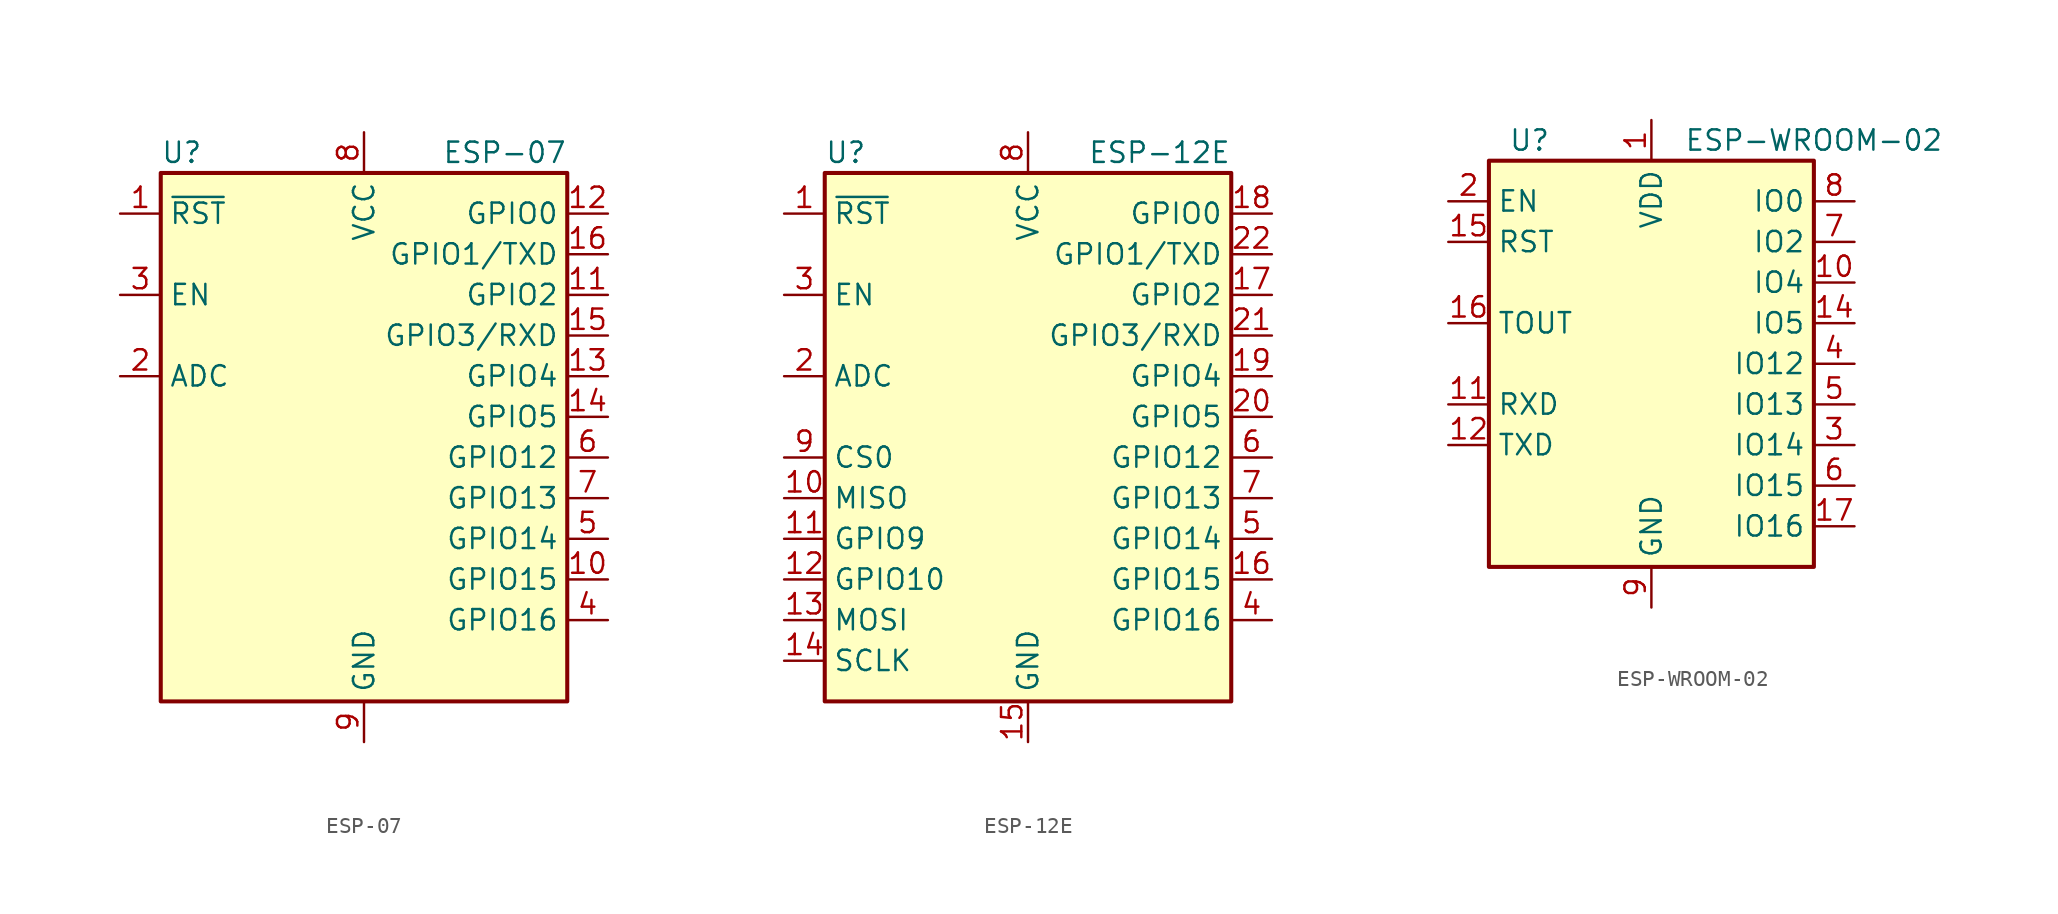
<source format=kicad_sym>
(kicad_symbol_lib
  (version 20201005)
  (generator kicad_symbol_editor)
  (symbol "RF_Module:ESP-07"
    (property "Reference" "U"
      (at -12.7 19.05 0)
      (effects (font (size 1.27 1.27)) (justify left)))
    (property "Value" "ESP-07"
      (at 12.7 19.05 0)
      (effects (font (size 1.27 1.27)) (justify right)))
    (symbol "ESP-07_0_1"
      (rectangle (start -12.7 17.78) (end 12.7 -15.24) (stroke (width 0.254)) (fill (type background))))
    (symbol "ESP-07_1_1"
      (pin input line (at -15.24 15.24 0) (length 2.54) (name "~RST" (effects (font (size 1.27 1.27)))) (number "1" (effects (font (size 1.27 1.27)))))
      (pin bidirectional line (at 15.24 -7.62 180) (length 2.54) (name "GPIO15" (effects (font (size 1.27 1.27)))) (number "10" (effects (font (size 1.27 1.27)))))
      (pin bidirectional line (at 15.24 10.16 180) (length 2.54) (name "GPIO2" (effects (font (size 1.27 1.27)))) (number "11" (effects (font (size 1.27 1.27)))))
      (pin bidirectional line (at 15.24 15.24 180) (length 2.54) (name "GPIO0" (effects (font (size 1.27 1.27)))) (number "12" (effects (font (size 1.27 1.27)))))
      (pin bidirectional line (at 15.24 5.08 180) (length 2.54) (name "GPIO4" (effects (font (size 1.27 1.27)))) (number "13" (effects (font (size 1.27 1.27)))))
      (pin bidirectional line (at 15.24 2.54 180) (length 2.54) (name "GPIO5" (effects (font (size 1.27 1.27)))) (number "14" (effects (font (size 1.27 1.27)))))
      (pin bidirectional line (at 15.24 7.62 180) (length 2.54) (name "GPIO3/RXD" (effects (font (size 1.27 1.27)))) (number "15" (effects (font (size 1.27 1.27)))))
      (pin bidirectional line (at 15.24 12.7 180) (length 2.54) (name "GPIO1/TXD" (effects (font (size 1.27 1.27)))) (number "16" (effects (font (size 1.27 1.27)))))
      (pin input line (at -15.24 5.08 0) (length 2.54) (name "ADC" (effects (font (size 1.27 1.27)))) (number "2" (effects (font (size 1.27 1.27)))))
      (pin input line (at -15.24 10.16 0) (length 2.54) (name "EN" (effects (font (size 1.27 1.27)))) (number "3" (effects (font (size 1.27 1.27)))))
      (pin bidirectional line (at 15.24 -10.16 180) (length 2.54) (name "GPIO16" (effects (font (size 1.27 1.27)))) (number "4" (effects (font (size 1.27 1.27)))))
      (pin bidirectional line (at 15.24 -5.08 180) (length 2.54) (name "GPIO14" (effects (font (size 1.27 1.27)))) (number "5" (effects (font (size 1.27 1.27)))))
      (pin bidirectional line (at 15.24 0 180) (length 2.54) (name "GPIO12" (effects (font (size 1.27 1.27)))) (number "6" (effects (font (size 1.27 1.27)))))
      (pin bidirectional line (at 15.24 -2.54 180) (length 2.54) (name "GPIO13" (effects (font (size 1.27 1.27)))) (number "7" (effects (font (size 1.27 1.27)))))
      (pin power_in line (at 0 20.32 270) (length 2.54) (name "VCC" (effects (font (size 1.27 1.27)))) (number "8" (effects (font (size 1.27 1.27)))))
      (pin power_in line (at 0 -17.78 90) (length 2.54) (name "GND" (effects (font (size 1.27 1.27)))) (number "9" (effects (font (size 1.27 1.27)))))))
  (symbol "RF_Module:ESP-12E"
    (property "Reference" "U"
      (at -12.7 19.05 0)
      (effects (font (size 1.27 1.27)) (justify left)))
    (property "Value" "ESP-12E"
      (at 12.7 19.05 0)
      (effects (font (size 1.27 1.27)) (justify right)))
    (symbol "ESP-12E_0_1"
      (rectangle (start -12.7 17.78) (end 12.7 -15.24) (stroke (width 0.254)) (fill (type background))))
    (symbol "ESP-12E_1_1"
      (pin input line (at -15.24 15.24 0) (length 2.54) (name "~RST" (effects (font (size 1.27 1.27)))) (number "1" (effects (font (size 1.27 1.27)))))
      (pin bidirectional line (at -15.24 -2.54 0) (length 2.54) (name "MISO" (effects (font (size 1.27 1.27)))) (number "10" (effects (font (size 1.27 1.27)))))
      (pin bidirectional line (at -15.24 -5.08 0) (length 2.54) (name "GPIO9" (effects (font (size 1.27 1.27)))) (number "11" (effects (font (size 1.27 1.27)))))
      (pin bidirectional line (at -15.24 -7.62 0) (length 2.54) (name "GPIO10" (effects (font (size 1.27 1.27)))) (number "12" (effects (font (size 1.27 1.27)))))
      (pin bidirectional line (at -15.24 -10.16 0) (length 2.54) (name "MOSI" (effects (font (size 1.27 1.27)))) (number "13" (effects (font (size 1.27 1.27)))))
      (pin bidirectional line (at -15.24 -12.7 0) (length 2.54) (name "SCLK" (effects (font (size 1.27 1.27)))) (number "14" (effects (font (size 1.27 1.27)))))
      (pin power_in line (at 0 -17.78 90) (length 2.54) (name "GND" (effects (font (size 1.27 1.27)))) (number "15" (effects (font (size 1.27 1.27)))))
      (pin bidirectional line (at 15.24 -7.62 180) (length 2.54) (name "GPIO15" (effects (font (size 1.27 1.27)))) (number "16" (effects (font (size 1.27 1.27)))))
      (pin bidirectional line (at 15.24 10.16 180) (length 2.54) (name "GPIO2" (effects (font (size 1.27 1.27)))) (number "17" (effects (font (size 1.27 1.27)))))
      (pin bidirectional line (at 15.24 15.24 180) (length 2.54) (name "GPIO0" (effects (font (size 1.27 1.27)))) (number "18" (effects (font (size 1.27 1.27)))))
      (pin bidirectional line (at 15.24 5.08 180) (length 2.54) (name "GPIO4" (effects (font (size 1.27 1.27)))) (number "19" (effects (font (size 1.27 1.27)))))
      (pin input line (at -15.24 5.08 0) (length 2.54) (name "ADC" (effects (font (size 1.27 1.27)))) (number "2" (effects (font (size 1.27 1.27)))))
      (pin bidirectional line (at 15.24 2.54 180) (length 2.54) (name "GPIO5" (effects (font (size 1.27 1.27)))) (number "20" (effects (font (size 1.27 1.27)))))
      (pin bidirectional line (at 15.24 7.62 180) (length 2.54) (name "GPIO3/RXD" (effects (font (size 1.27 1.27)))) (number "21" (effects (font (size 1.27 1.27)))))
      (pin bidirectional line (at 15.24 12.7 180) (length 2.54) (name "GPIO1/TXD" (effects (font (size 1.27 1.27)))) (number "22" (effects (font (size 1.27 1.27)))))
      (pin input line (at -15.24 10.16 0) (length 2.54) (name "EN" (effects (font (size 1.27 1.27)))) (number "3" (effects (font (size 1.27 1.27)))))
      (pin bidirectional line (at 15.24 -10.16 180) (length 2.54) (name "GPIO16" (effects (font (size 1.27 1.27)))) (number "4" (effects (font (size 1.27 1.27)))))
      (pin bidirectional line (at 15.24 -5.08 180) (length 2.54) (name "GPIO14" (effects (font (size 1.27 1.27)))) (number "5" (effects (font (size 1.27 1.27)))))
      (pin bidirectional line (at 15.24 0 180) (length 2.54) (name "GPIO12" (effects (font (size 1.27 1.27)))) (number "6" (effects (font (size 1.27 1.27)))))
      (pin bidirectional line (at 15.24 -2.54 180) (length 2.54) (name "GPIO13" (effects (font (size 1.27 1.27)))) (number "7" (effects (font (size 1.27 1.27)))))
      (pin power_in line (at 0 20.32 270) (length 2.54) (name "VCC" (effects (font (size 1.27 1.27)))) (number "8" (effects (font (size 1.27 1.27)))))
      (pin input line (at -15.24 0 0) (length 2.54) (name "CS0" (effects (font (size 1.27 1.27)))) (number "9" (effects (font (size 1.27 1.27)))))))
  (symbol "RF_Module:ESP-WROOM-02"
    (property "Reference" "U"
      (at -7.62 13.97 0)
      (effects (font (size 1.27 1.27))))
    (property "Value" "ESP-WROOM-02"
      (at 10.16 13.97 0)
      (effects (font (size 1.27 1.27))))
    (symbol "ESP-WROOM-02_0_1"
      (rectangle (start 10.16 12.7) (end -10.16 -12.7) (stroke (width 0.254)) (fill (type background))))
    (symbol "ESP-WROOM-02_1_1"
      (pin power_in line (at 0 15.24 270) (length 2.54) (name "VDD" (effects (font (size 1.27 1.27)))) (number "1" (effects (font (size 1.27 1.27)))))
      (pin bidirectional line (at 12.7 5.08 180) (length 2.54) (name "IO4" (effects (font (size 1.27 1.27)))) (number "10" (effects (font (size 1.27 1.27)))))
      (pin bidirectional line (at -12.7 -2.54 0) (length 2.54) (name "RXD" (effects (font (size 1.27 1.27)))) (number "11" (effects (font (size 1.27 1.27)))))
      (pin bidirectional line (at -12.7 -5.08 0) (length 2.54) (name "TXD" (effects (font (size 1.27 1.27)))) (number "12" (effects (font (size 1.27 1.27)))))
      (pin passive line (at 0 -15.24 90) (length 2.54) hide (name "GND" (effects (font (size 1.27 1.27)))) (number "13" (effects (font (size 1.27 1.27)))))
      (pin bidirectional line (at 12.7 2.54 180) (length 2.54) (name "IO5" (effects (font (size 1.27 1.27)))) (number "14" (effects (font (size 1.27 1.27)))))
      (pin input line (at -12.7 7.62 0) (length 2.54) (name "RST" (effects (font (size 1.27 1.27)))) (number "15" (effects (font (size 1.27 1.27)))))
      (pin input line (at -12.7 2.54 0) (length 2.54) (name "TOUT" (effects (font (size 1.27 1.27)))) (number "16" (effects (font (size 1.27 1.27)))))
      (pin bidirectional line (at 12.7 -10.16 180) (length 2.54) (name "IO16" (effects (font (size 1.27 1.27)))) (number "17" (effects (font (size 1.27 1.27)))))
      (pin passive line (at 0 -15.24 90) (length 2.54) hide (name "GND" (effects (font (size 1.27 1.27)))) (number "18" (effects (font (size 1.27 1.27)))))
      (pin passive line (at 0 -15.24 90) (length 2.54) hide (name "GND" (effects (font (size 1.27 1.27)))) (number "19" (effects (font (size 1.27 1.27)))))
      (pin input line (at -12.7 10.16 0) (length 2.54) (name "EN" (effects (font (size 1.27 1.27)))) (number "2" (effects (font (size 1.27 1.27)))))
      (pin bidirectional line (at 12.7 -5.08 180) (length 2.54) (name "IO14" (effects (font (size 1.27 1.27)))) (number "3" (effects (font (size 1.27 1.27)))))
      (pin bidirectional line (at 12.7 0 180) (length 2.54) (name "IO12" (effects (font (size 1.27 1.27)))) (number "4" (effects (font (size 1.27 1.27)))))
      (pin bidirectional line (at 12.7 -2.54 180) (length 2.54) (name "IO13" (effects (font (size 1.27 1.27)))) (number "5" (effects (font (size 1.27 1.27)))))
      (pin bidirectional line (at 12.7 -7.62 180) (length 2.54) (name "IO15" (effects (font (size 1.27 1.27)))) (number "6" (effects (font (size 1.27 1.27)))))
      (pin bidirectional line (at 12.7 7.62 180) (length 2.54) (name "IO2" (effects (font (size 1.27 1.27)))) (number "7" (effects (font (size 1.27 1.27)))))
      (pin bidirectional line (at 12.7 10.16 180) (length 2.54) (name "IO0" (effects (font (size 1.27 1.27)))) (number "8" (effects (font (size 1.27 1.27)))))
      (pin power_in line (at 0 -15.24 90) (length 2.54) (name "GND" (effects (font (size 1.27 1.27)))) (number "9" (effects (font (size 1.27 1.27))))))))
</source>
